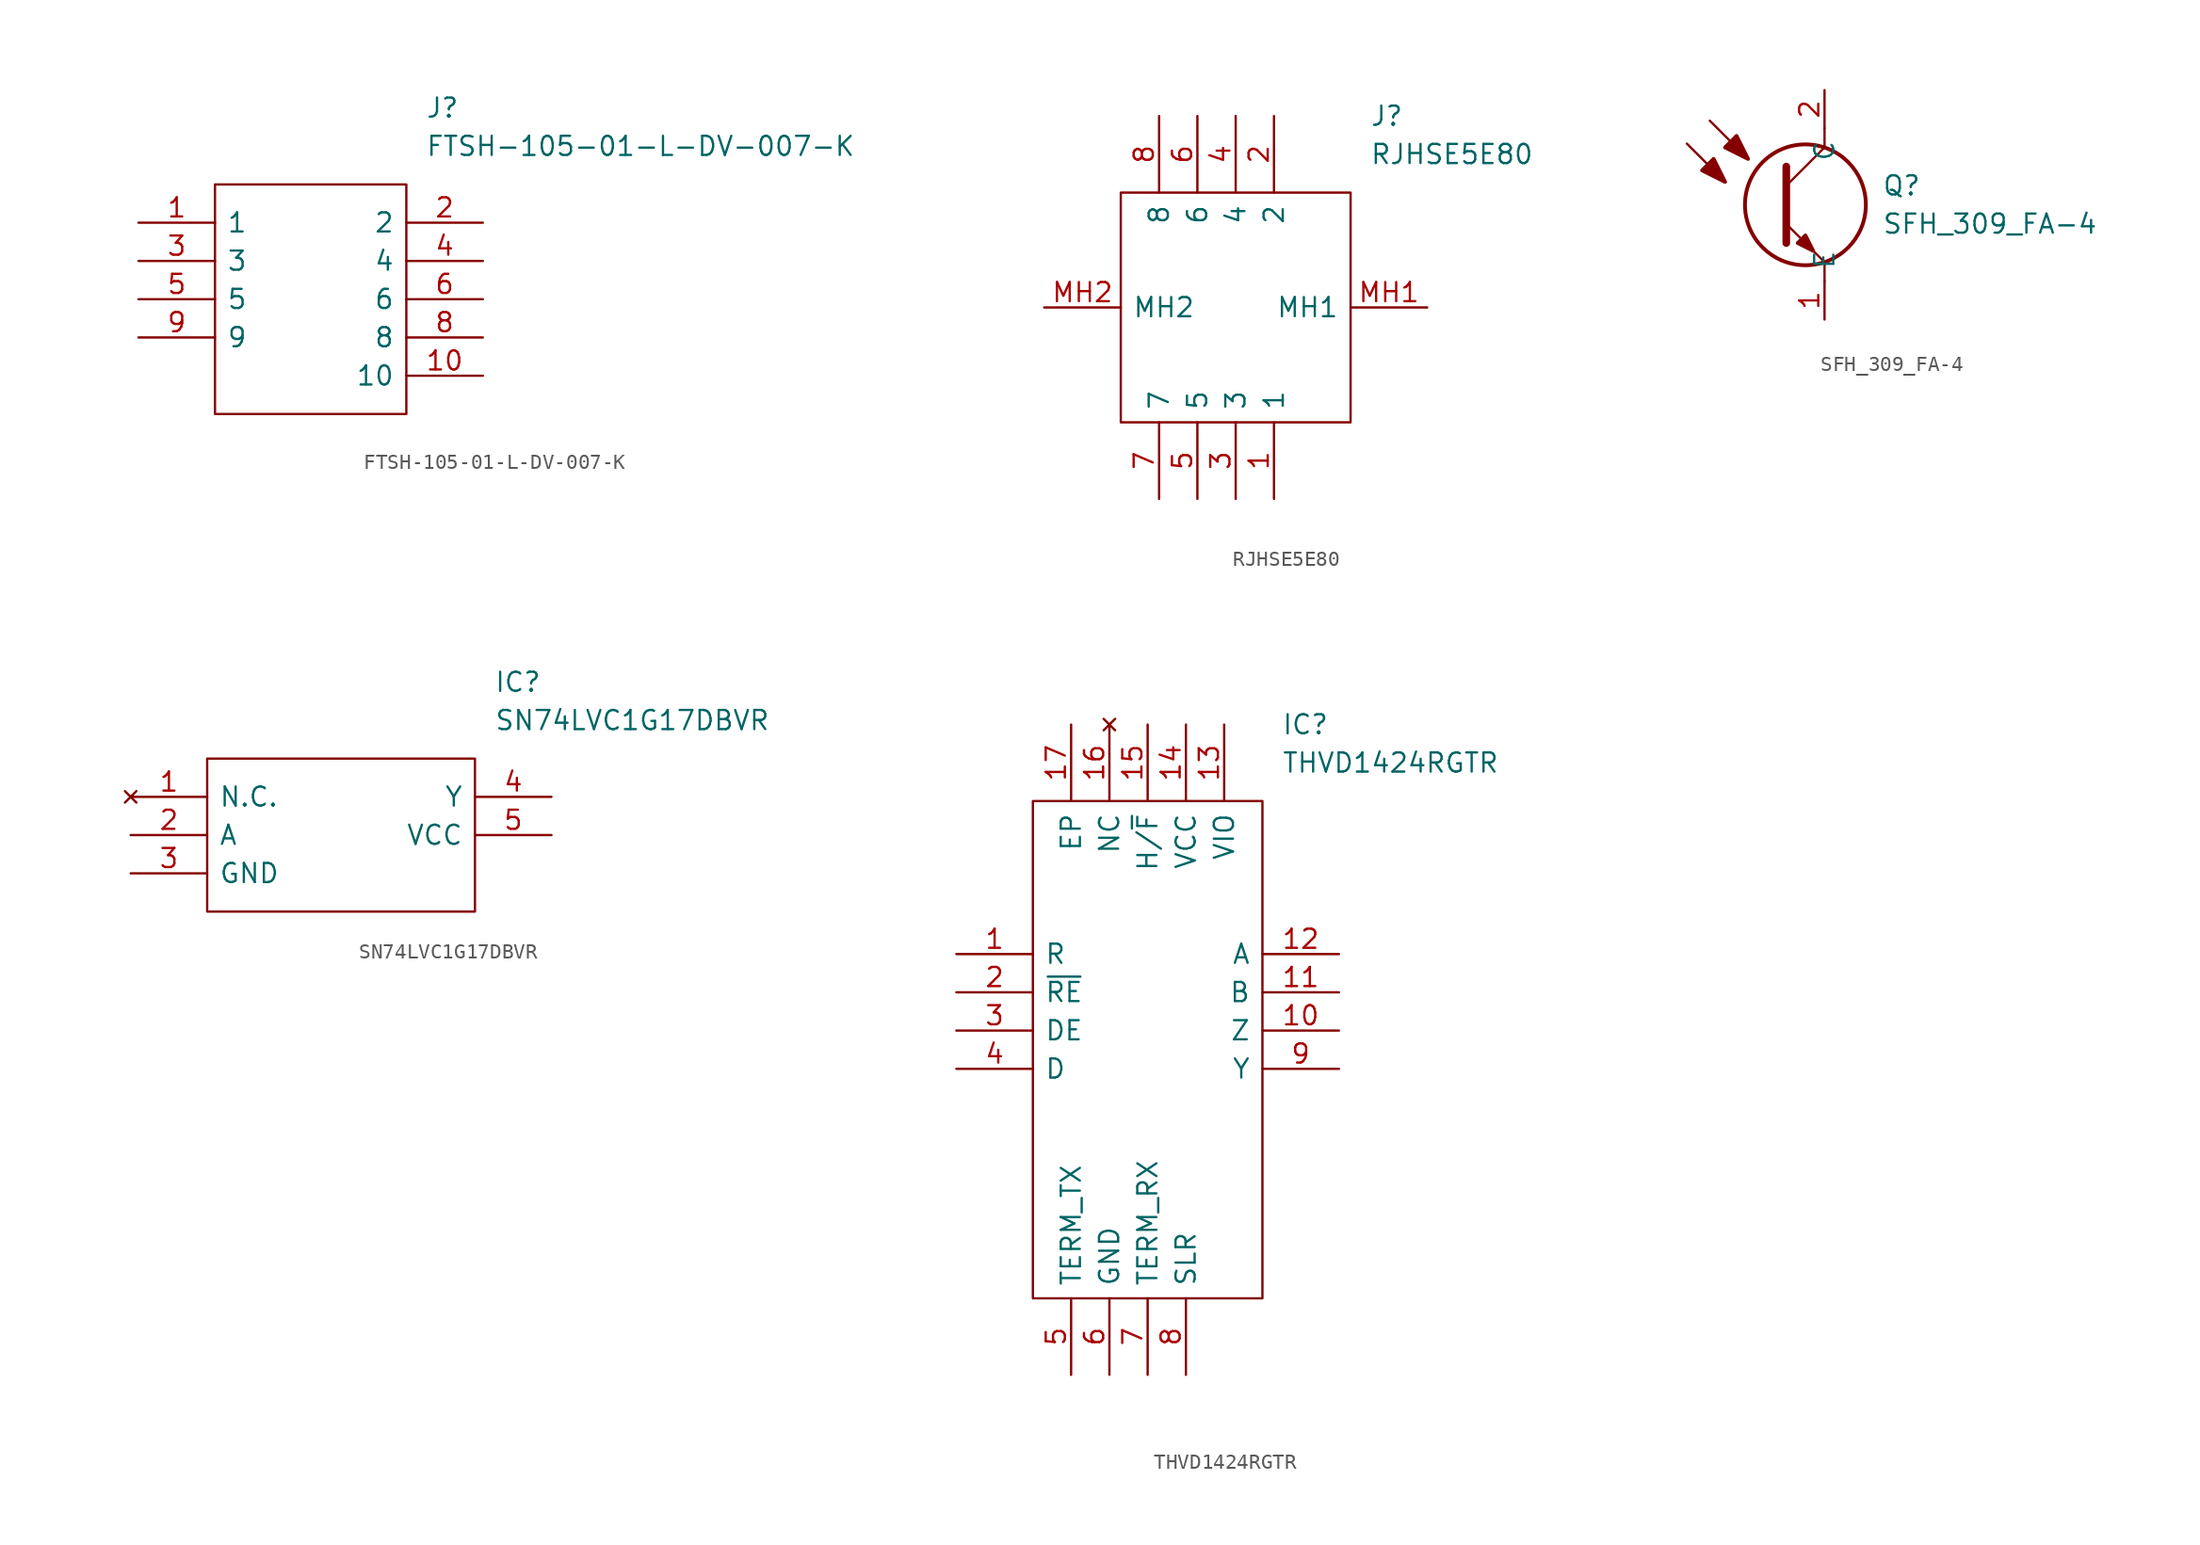
<source format=kicad_sym>
(kicad_symbol_lib
  (version 20220914)
  (generator kicad_symbol_editor)
  (symbol "FTSH-105-01-L-DV-007-K"
    (pin_names
      (offset 0.762))
    (property "Reference" "J"
      (at 19.05 7.62 0)
      (effects (font (size 1.27 1.27)) (justify left)))
    (property "Value" "FTSH-105-01-L-DV-007-K"
      (at 19.05 5.08 0)
      (effects (font (size 1.27 1.27)) (justify left)))
    (symbol "FTSH-105-01-L-DV-007-K_0_0"
      (pin passive line (at 0 0 0) (length 5.08) (name "1" (effects (font (size 1.27 1.27)))) (number "1" (effects (font (size 1.27 1.27)))))
      (pin passive line (at 22.86 -10.16 180) (length 5.08) (name "10" (effects (font (size 1.27 1.27)))) (number "10" (effects (font (size 1.27 1.27)))))
      (pin passive line (at 22.86 0 180) (length 5.08) (name "2" (effects (font (size 1.27 1.27)))) (number "2" (effects (font (size 1.27 1.27)))))
      (pin passive line (at 0 -2.54 0) (length 5.08) (name "3" (effects (font (size 1.27 1.27)))) (number "3" (effects (font (size 1.27 1.27)))))
      (pin passive line (at 22.86 -2.54 180) (length 5.08) (name "4" (effects (font (size 1.27 1.27)))) (number "4" (effects (font (size 1.27 1.27)))))
      (pin passive line (at 0 -5.08 0) (length 5.08) (name "5" (effects (font (size 1.27 1.27)))) (number "5" (effects (font (size 1.27 1.27)))))
      (pin passive line (at 22.86 -5.08 180) (length 5.08) (name "6" (effects (font (size 1.27 1.27)))) (number "6" (effects (font (size 1.27 1.27)))))
      (pin passive line (at 22.86 -7.62 180) (length 5.08) (name "8" (effects (font (size 1.27 1.27)))) (number "8" (effects (font (size 1.27 1.27)))))
      (pin passive line (at 0 -7.62 0) (length 5.08) (name "9" (effects (font (size 1.27 1.27)))) (number "9" (effects (font (size 1.27 1.27))))))
    (symbol "FTSH-105-01-L-DV-007-K_0_1"
      (polyline (pts (xy 5.08 2.54) (xy 17.78 2.54) (xy 17.78 -12.7) (xy 5.08 -12.7) (xy 5.08 2.54)) (stroke (width 0.152) (type solid)) (fill (type none)))))
  (symbol "RJHSE5E80"
    (pin_names
      (offset 0.762))
    (property "Reference" "J"
      (at 21.59 12.7 0)
      (effects (font (size 1.27 1.27)) (justify left)))
    (property "Value" "RJHSE5E80"
      (at 21.59 10.16 0)
      (effects (font (size 1.27 1.27)) (justify left)))
    (symbol "RJHSE5E80_0_0"
      (pin passive line (at 15.24 -12.7 90) (length 5.08) (name "1" (effects (font (size 1.27 1.27)))) (number "1" (effects (font (size 1.27 1.27)))))
      (pin passive line (at 15.24 12.7 270) (length 5.08) (name "2" (effects (font (size 1.27 1.27)))) (number "2" (effects (font (size 1.27 1.27)))))
      (pin passive line (at 12.7 -12.7 90) (length 5.08) (name "3" (effects (font (size 1.27 1.27)))) (number "3" (effects (font (size 1.27 1.27)))))
      (pin passive line (at 12.7 12.7 270) (length 5.08) (name "4" (effects (font (size 1.27 1.27)))) (number "4" (effects (font (size 1.27 1.27)))))
      (pin passive line (at 10.16 -12.7 90) (length 5.08) (name "5" (effects (font (size 1.27 1.27)))) (number "5" (effects (font (size 1.27 1.27)))))
      (pin passive line (at 10.16 12.7 270) (length 5.08) (name "6" (effects (font (size 1.27 1.27)))) (number "6" (effects (font (size 1.27 1.27)))))
      (pin passive line (at 7.62 -12.7 90) (length 5.08) (name "7" (effects (font (size 1.27 1.27)))) (number "7" (effects (font (size 1.27 1.27)))))
      (pin passive line (at 7.62 12.7 270) (length 5.08) (name "8" (effects (font (size 1.27 1.27)))) (number "8" (effects (font (size 1.27 1.27)))))
      (pin passive line (at 25.4 0 180) (length 5.08) (name "MH1" (effects (font (size 1.27 1.27)))) (number "MH1" (effects (font (size 1.27 1.27)))))
      (pin passive line (at 0 0 0) (length 5.08) (name "MH2" (effects (font (size 1.27 1.27)))) (number "MH2" (effects (font (size 1.27 1.27))))))
    (symbol "RJHSE5E80_0_1"
      (polyline (pts (xy 5.08 7.62) (xy 20.32 7.62) (xy 20.32 -7.62) (xy 5.08 -7.62) (xy 5.08 7.62)) (stroke (width 0.152) (type solid)) (fill (type none)))))
  (symbol "SFH_309_FA-4"
    (pin_names
      (offset 0.762))
    (property "Reference" "Q"
      (at 3.81 -6.35 0)
      (effects (font (size 1.27 1.27)) (justify left)))
    (property "Value" "SFH_309_FA-4"
      (at 3.81 -8.89 0)
      (effects (font (size 1.27 1.27)) (justify left)))
    (symbol "SFH_309_FA-4_0_0"
      (pin passive line (at 0 -15.24 90) (length 2.54) (name "E" (effects (font (size 1.27 1.27)))) (number "1" (effects (font (size 1.27 1.27)))))
      (pin passive line (at 0 0 270) (length 2.54) (name "C" (effects (font (size 1.27 1.27)))) (number "2" (effects (font (size 1.27 1.27))))))
    (symbol "SFH_309_FA-4_0_1"
      (circle (center -1.27 -7.62) (radius 4.013) (stroke (width 0.254) (type solid)) (fill (type none)))
      (polyline (pts (xy -9.144 -3.556) (xy -6.604 -6.096)) (stroke (width 0.152) (type solid)) (fill (type none)))
      (polyline (pts (xy -7.62 -2.032) (xy -5.08 -4.572)) (stroke (width 0.152) (type solid)) (fill (type none)))
      (polyline (pts (xy -2.54 -8.89) (xy 0 -11.43)) (stroke (width 0.152) (type solid)) (fill (type none)))
      (polyline (pts (xy -2.54 -6.35) (xy 0 -3.81)) (stroke (width 0.152) (type solid)) (fill (type none)))
      (polyline (pts (xy -2.54 -5.08) (xy -2.54 -10.16)) (stroke (width 0.508) (type solid)) (fill (type none)))
      (polyline (pts (xy 0 -11.43) (xy 0 -12.7)) (stroke (width 0.152) (type solid)) (fill (type none)))
      (polyline (pts (xy 0 -3.81) (xy 0 -2.54)) (stroke (width 0.152) (type solid)) (fill (type none)))
      (polyline (pts (xy -8.128 -5.334) (xy -7.366 -4.572) (xy -6.604 -6.096) (xy -8.128 -5.334)) (stroke (width 0.254) (type solid)) (fill (type outline)))
      (polyline (pts (xy -6.604 -3.81) (xy -5.842 -3.048) (xy -5.08 -4.572) (xy -6.604 -3.81)) (stroke (width 0.254) (type solid)) (fill (type outline)))
      (polyline (pts (xy -1.778 -10.16) (xy -1.27 -9.652) (xy -0.762 -10.668) (xy -1.778 -10.16)) (stroke (width 0.254) (type solid)) (fill (type outline)))))
  (symbol "SN74LVC1G17DBVR"
    (pin_names
      (offset 0.762))
    (property "Reference" "IC"
      (at 24.13 7.62 0)
      (effects (font (size 1.27 1.27)) (justify left)))
    (property "Value" "SN74LVC1G17DBVR"
      (at 24.13 5.08 0)
      (effects (font (size 1.27 1.27)) (justify left)))
    (symbol "SN74LVC1G17DBVR_0_0"
      (pin no_connect line (at 0 0 0) (length 5.08) (name "N.C." (effects (font (size 1.27 1.27)))) (number "1" (effects (font (size 1.27 1.27)))))
      (pin passive line (at 0 -2.54 0) (length 5.08) (name "A" (effects (font (size 1.27 1.27)))) (number "2" (effects (font (size 1.27 1.27)))))
      (pin passive line (at 0 -5.08 0) (length 5.08) (name "GND" (effects (font (size 1.27 1.27)))) (number "3" (effects (font (size 1.27 1.27)))))
      (pin passive line (at 27.94 0 180) (length 5.08) (name "Y" (effects (font (size 1.27 1.27)))) (number "4" (effects (font (size 1.27 1.27)))))
      (pin passive line (at 27.94 -2.54 180) (length 5.08) (name "VCC" (effects (font (size 1.27 1.27)))) (number "5" (effects (font (size 1.27 1.27))))))
    (symbol "SN74LVC1G17DBVR_0_1"
      (polyline (pts (xy 5.08 2.54) (xy 22.86 2.54) (xy 22.86 -7.62) (xy 5.08 -7.62) (xy 5.08 2.54)) (stroke (width 0.152) (type solid)) (fill (type none)))))
  (symbol "THVD1424RGTR"
    (pin_names
      (offset 0.762))
    (property "Reference" "IC"
      (at 21.59 15.24 0)
      (effects (font (size 1.27 1.27)) (justify left)))
    (property "Value" "THVD1424RGTR"
      (at 21.59 12.7 0)
      (effects (font (size 1.27 1.27)) (justify left)))
    (symbol "THVD1424RGTR_0_0"
      (pin passive line (at 0 0 0) (length 5.08) (name "R" (effects (font (size 1.27 1.27)))) (number "1" (effects (font (size 1.27 1.27)))))
      (pin passive line (at 25.4 -5.08 180) (length 5.08) (name "Z" (effects (font (size 1.27 1.27)))) (number "10" (effects (font (size 1.27 1.27)))))
      (pin passive line (at 25.4 -2.54 180) (length 5.08) (name "B" (effects (font (size 1.27 1.27)))) (number "11" (effects (font (size 1.27 1.27)))))
      (pin passive line (at 25.4 0 180) (length 5.08) (name "A" (effects (font (size 1.27 1.27)))) (number "12" (effects (font (size 1.27 1.27)))))
      (pin passive line (at 17.78 15.24 270) (length 5.08) (name "VIO" (effects (font (size 1.27 1.27)))) (number "13" (effects (font (size 1.27 1.27)))))
      (pin passive line (at 15.24 15.24 270) (length 5.08) (name "VCC" (effects (font (size 1.27 1.27)))) (number "14" (effects (font (size 1.27 1.27)))))
      (pin passive line (at 12.7 15.24 270) (length 5.08) (name "H/~{F}" (effects (font (size 1.27 1.27)))) (number "15" (effects (font (size 1.27 1.27)))))
      (pin no_connect line (at 10.16 15.24 270) (length 5.08) (name "NC" (effects (font (size 1.27 1.27)))) (number "16" (effects (font (size 1.27 1.27)))))
      (pin passive line (at 7.62 15.24 270) (length 5.08) (name "EP" (effects (font (size 1.27 1.27)))) (number "17" (effects (font (size 1.27 1.27)))))
      (pin passive line (at 0 -2.54 0) (length 5.08) (name "~{RE}" (effects (font (size 1.27 1.27)))) (number "2" (effects (font (size 1.27 1.27)))))
      (pin passive line (at 0 -5.08 0) (length 5.08) (name "DE" (effects (font (size 1.27 1.27)))) (number "3" (effects (font (size 1.27 1.27)))))
      (pin passive line (at 0 -7.62 0) (length 5.08) (name "D" (effects (font (size 1.27 1.27)))) (number "4" (effects (font (size 1.27 1.27)))))
      (pin passive line (at 7.62 -27.94 90) (length 5.08) (name "TERM_TX" (effects (font (size 1.27 1.27)))) (number "5" (effects (font (size 1.27 1.27)))))
      (pin passive line (at 10.16 -27.94 90) (length 5.08) (name "GND" (effects (font (size 1.27 1.27)))) (number "6" (effects (font (size 1.27 1.27)))))
      (pin passive line (at 12.7 -27.94 90) (length 5.08) (name "TERM_RX" (effects (font (size 1.27 1.27)))) (number "7" (effects (font (size 1.27 1.27)))))
      (pin passive line (at 15.24 -27.94 90) (length 5.08) (name "SLR" (effects (font (size 1.27 1.27)))) (number "8" (effects (font (size 1.27 1.27)))))
      (pin passive line (at 25.4 -7.62 180) (length 5.08) (name "Y" (effects (font (size 1.27 1.27)))) (number "9" (effects (font (size 1.27 1.27))))))
    (symbol "THVD1424RGTR_0_1"
      (polyline (pts (xy 5.08 10.16) (xy 20.32 10.16) (xy 20.32 -22.86) (xy 5.08 -22.86) (xy 5.08 10.16)) (stroke (width 0.152) (type solid)) (fill (type none))))))
</source>
